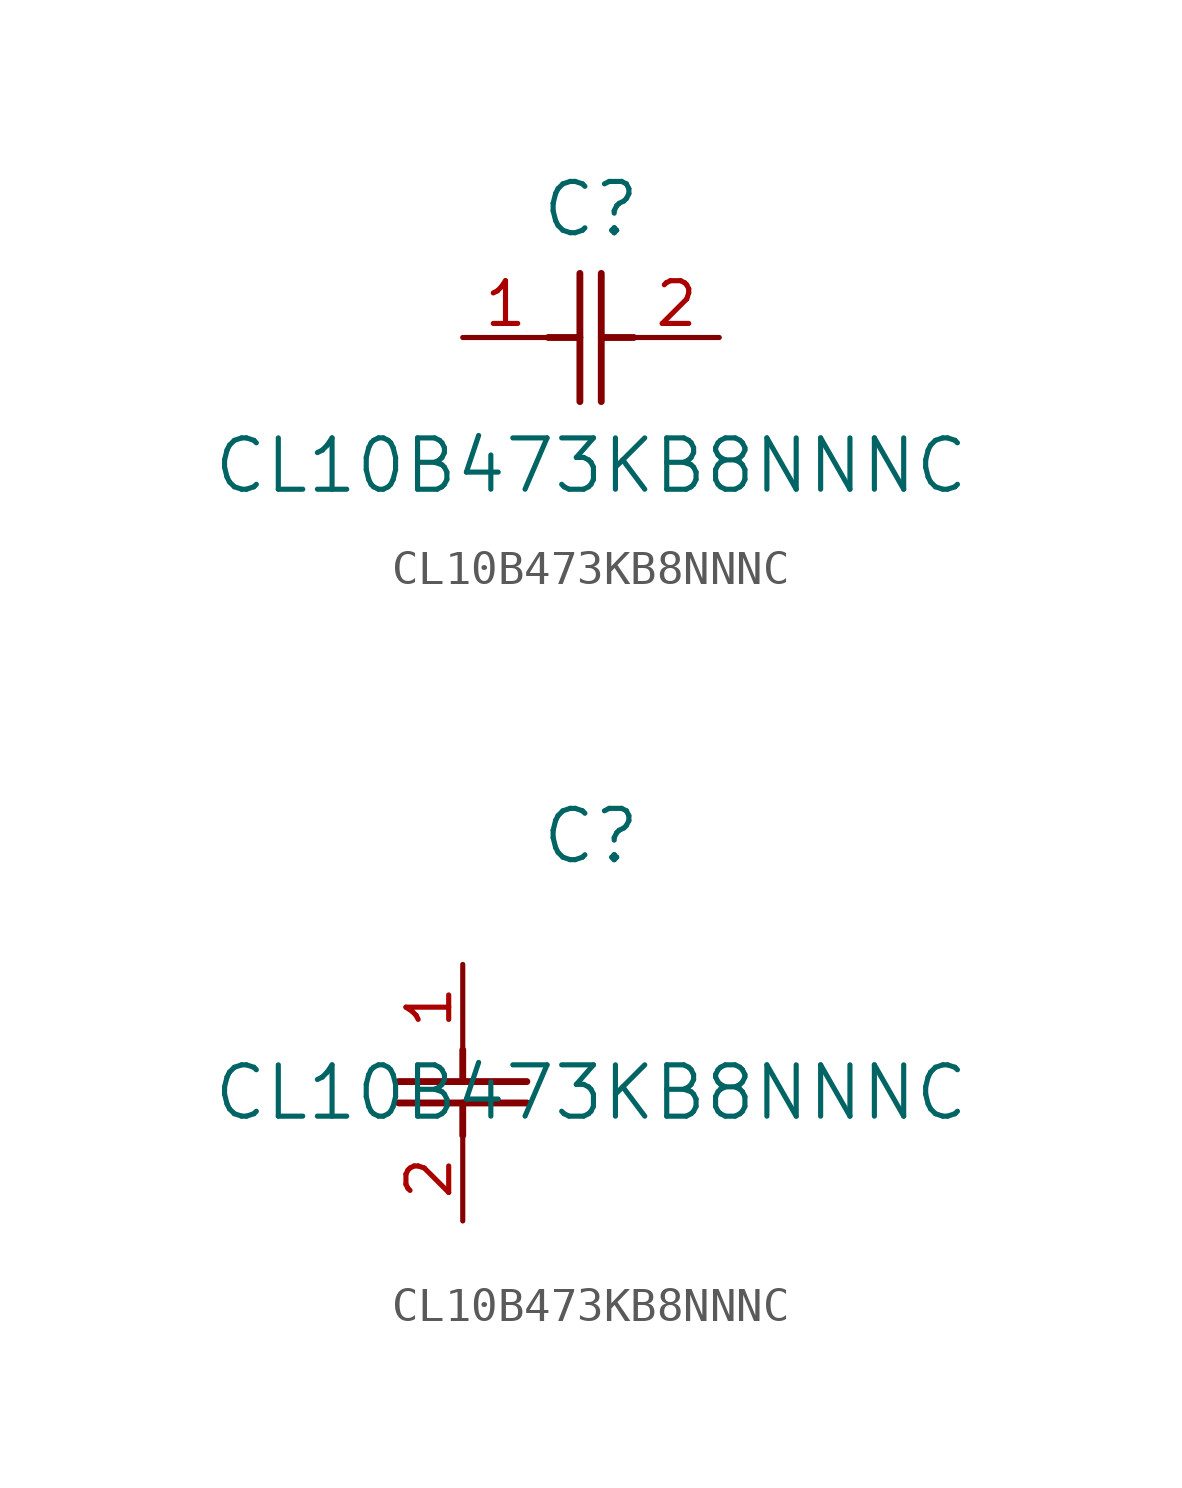
<source format=kicad_sym>
(kicad_symbol_lib
  (version 20211014)
  (generator kicad_symbol_editor)
  (symbol "CL10B473KB8NNNC"
    (pin_names
      (offset 0.254))
    (property "Reference" "C"
      (at 3.81 3.81 0)
      (effects (font (size 1.524 1.524))))
    (property "Value" "CL10B473KB8NNNC"
      (at 3.81 -3.81 0)
      (effects (font (size 1.524 1.524))))
    (symbol "CL10B473KB8NNNC_1_1"
      (polyline (pts (xy 3.48 -1.905) (xy 3.48 1.905)) (stroke (width 0.203) (type default) (color 0 0 0 0)) (fill (type none)))
      (polyline (pts (xy 4.115 -1.905) (xy 4.115 1.905)) (stroke (width 0.203) (type default) (color 0 0 0 0)) (fill (type none)))
      (polyline (pts (xy 4.115 0) (xy 5.08 0)) (stroke (width 0.203) (type default) (color 0 0 0 0)) (fill (type none)))
      (polyline (pts (xy 2.54 0) (xy 3.48 0)) (stroke (width 0.203) (type default) (color 0 0 0 0)) (fill (type none)))
      (pin unspecified line (at 0 0 0) (length 2.54) (name "" (effects (font (size 1.27 1.27)))) (number "1" (effects (font (size 1.27 1.27)))))
      (pin unspecified line (at 7.62 0 180) (length 2.54) (name "" (effects (font (size 1.27 1.27)))) (number "2" (effects (font (size 1.27 1.27))))))
    (symbol "CL10B473KB8NNNC_1_2"
      (polyline (pts (xy -1.905 -3.48) (xy 1.905 -3.48)) (stroke (width 0.203) (type default) (color 0 0 0 0)) (fill (type none)))
      (polyline (pts (xy -1.905 -4.115) (xy 1.905 -4.115)) (stroke (width 0.203) (type default) (color 0 0 0 0)) (fill (type none)))
      (polyline (pts (xy 0 -4.115) (xy 0 -5.08)) (stroke (width 0.203) (type default) (color 0 0 0 0)) (fill (type none)))
      (polyline (pts (xy 0 -2.54) (xy 0 -3.48)) (stroke (width 0.203) (type default) (color 0 0 0 0)) (fill (type none)))
      (pin unspecified line (at 0 0 270) (length 2.54) (name "" (effects (font (size 1.27 1.27)))) (number "1" (effects (font (size 1.27 1.27)))))
      (pin unspecified line (at 0 -7.62 90) (length 2.54) (name "" (effects (font (size 1.27 1.27)))) (number "2" (effects (font (size 1.27 1.27))))))))
</source>
